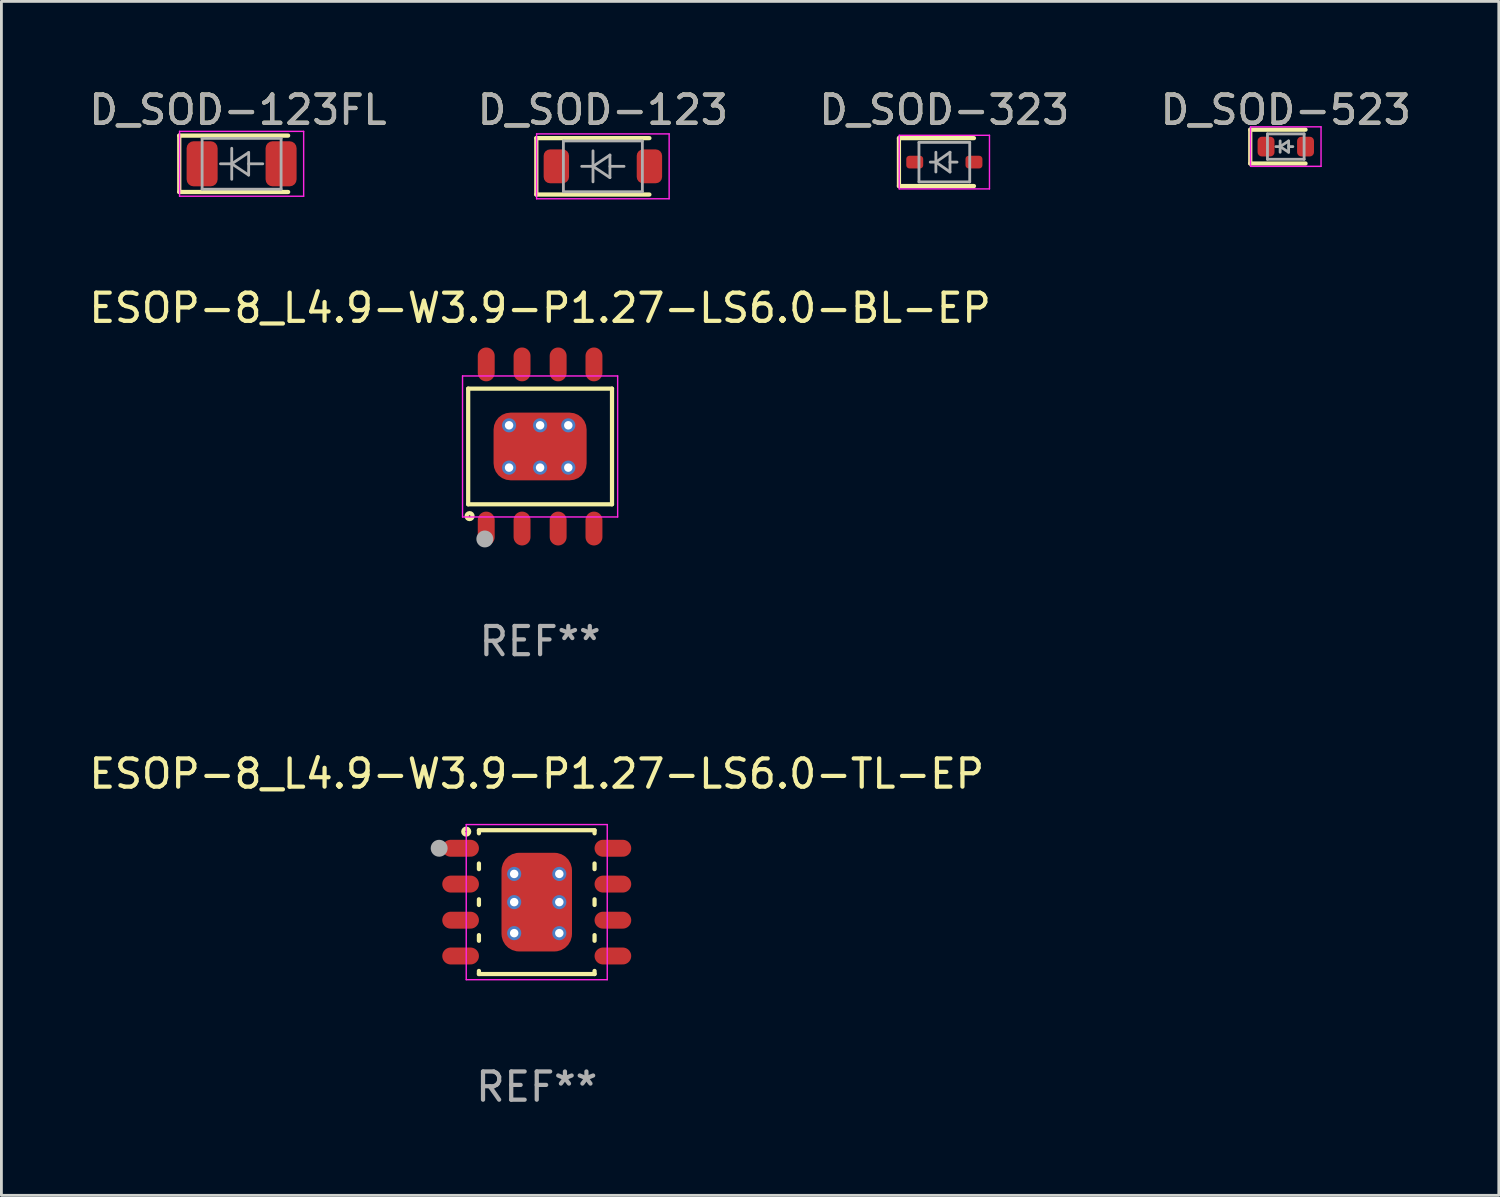
<source format=kicad_pcb>
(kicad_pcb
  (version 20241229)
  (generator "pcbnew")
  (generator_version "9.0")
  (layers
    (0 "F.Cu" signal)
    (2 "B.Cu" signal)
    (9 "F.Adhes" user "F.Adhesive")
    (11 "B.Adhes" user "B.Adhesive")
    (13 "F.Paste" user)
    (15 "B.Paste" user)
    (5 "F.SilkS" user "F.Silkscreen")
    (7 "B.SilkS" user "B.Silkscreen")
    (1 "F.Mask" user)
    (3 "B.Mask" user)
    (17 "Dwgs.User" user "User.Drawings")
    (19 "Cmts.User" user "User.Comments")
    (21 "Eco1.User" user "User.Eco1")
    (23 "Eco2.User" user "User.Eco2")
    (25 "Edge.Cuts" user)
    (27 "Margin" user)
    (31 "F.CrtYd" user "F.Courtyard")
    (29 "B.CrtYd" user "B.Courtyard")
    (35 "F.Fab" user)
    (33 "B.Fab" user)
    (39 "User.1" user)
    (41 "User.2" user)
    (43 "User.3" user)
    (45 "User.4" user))
  (footprint "ESOP-8_L4.9-W3.9-P1.27-LS6.0-TL-EP"
    (layer "F.Cu")
    (at 15.982 28.938)
    (property "Reference" "ESOP-8_L4.9-W3.9-P1.27-LS6.0-TL-EP" (at 0 -4.55 0) (layer "F.SilkS") (effects (font (size 1 1) (thickness 0.15))))
    (attr smd)
    (fp_line (start -2.05 -2.55) (end -2.05 -2.44) (stroke (width 0.15) (type solid)) (layer "F.SilkS"))
    (fp_line (start -2.05 -1.37) (end -2.05 -1.17) (stroke (width 0.15) (type solid)) (layer "F.SilkS"))
    (fp_line (start -2.05 -0.1) (end -2.05 0.1) (stroke (width 0.15) (type solid)) (layer "F.SilkS"))
    (fp_line (start -2.05 1.17) (end -2.05 1.37) (stroke (width 0.15) (type solid)) (layer "F.SilkS"))
    (fp_line (start -2.05 2.44) (end -2.05 2.55) (stroke (width 0.15) (type solid)) (layer "F.SilkS"))
    (fp_line (start 2.05 -2.55) (end -2.05 -2.55) (stroke (width 0.15) (type solid)) (layer "F.SilkS"))
    (fp_line (start 2.05 -2.55) (end 2.05 -2.44) (stroke (width 0.15) (type solid)) (layer "F.SilkS"))
    (fp_line (start 2.05 -1.37) (end 2.05 -1.17) (stroke (width 0.15) (type solid)) (layer "F.SilkS"))
    (fp_line (start 2.05 -0.1) (end 2.05 0.1) (stroke (width 0.15) (type solid)) (layer "F.SilkS"))
    (fp_line (start 2.05 1.17) (end 2.05 1.37) (stroke (width 0.15) (type solid)) (layer "F.SilkS"))
    (fp_line (start 2.05 2.44) (end 2.05 2.55) (stroke (width 0.15) (type solid)) (layer "F.SilkS"))
    (fp_line (start 2.05 2.55) (end -2.05 2.55) (stroke (width 0.15) (type solid)) (layer "F.SilkS"))
    (fp_circle (center -2.5 -2.5) (end -2.47 -2.5) (stroke (width 0.15) (type solid)) (fill no) (layer "F.SilkS"))
    (fp_line (start -2.5 -2.75) (end -2.5 2.75) (stroke (width 0.05) (type default)) (layer "F.CrtYd"))
    (fp_line (start -2.5 2.75) (end 2.5 2.75) (stroke (width 0.05) (type default)) (layer "F.CrtYd"))
    (fp_line (start 2.5 -2.75) (end -2.5 -2.75) (stroke (width 0.05) (type default)) (layer "F.CrtYd"))
    (fp_line (start 2.5 2.75) (end 2.5 -2.75) (stroke (width 0.05) (type default)) (layer "F.CrtYd"))
    (fp_circle (center -3.46 -1.91) (end -3.31 -1.91) (stroke (width 0.3) (type solid)) (fill no) (layer "F.Fab"))
    (fp_text user "REF**" (at 0 6.55 0) (layer "F.Fab") (effects (font (size 1 1) (thickness 0.15))))
    (pad "1" smd oval (at -2.7 -1.91) (size 1.3 0.6) (layers "F.Cu" "F.Mask" "F.Paste"))
    (pad "2" smd oval (at -2.7 -0.64) (size 1.3 0.6) (layers "F.Cu" "F.Mask" "F.Paste"))
    (pad "3" smd oval (at -2.7 0.64) (size 1.3 0.6) (layers "F.Cu" "F.Mask" "F.Paste"))
    (pad "4" smd oval (at -2.7 1.91) (size 1.3 0.6) (layers "F.Cu" "F.Mask" "F.Paste"))
    (pad "5" smd oval (at 2.7 1.91) (size 1.3 0.6) (layers "F.Cu" "F.Mask" "F.Paste"))
    (pad "6" smd oval (at 2.7 0.64) (size 1.3 0.6) (layers "F.Cu" "F.Mask" "F.Paste"))
    (pad "7" smd oval (at 2.7 -0.64) (size 1.3 0.6) (layers "F.Cu" "F.Mask" "F.Paste"))
    (pad "8" smd oval (at 2.7 -1.91) (size 1.3 0.6) (layers "F.Cu" "F.Mask" "F.Paste"))
    (pad "9" thru_hole circle (at -0.8 -1 90) (size 0.5 0.5) (drill 0.3) (layers "*.Cu"))
    (pad "9" thru_hole circle (at -0.8 0 90) (size 0.5 0.5) (drill 0.3) (layers "*.Cu"))
    (pad "9" thru_hole circle (at -0.8 1.1 90) (size 0.5 0.5) (drill 0.3) (layers "*.Cu"))
    (pad "9" smd roundrect (at 0 0) (size 2.5 3.5) (layers "F.Cu" "F.Mask" "F.Paste") (roundrect_rratio 0.25))
    (pad "9" thru_hole circle (at 0.8 -1 90) (size 0.5 0.5) (drill 0.3) (layers "*.Cu"))
    (pad "9" thru_hole circle (at 0.8 0 90) (size 0.5 0.5) (drill 0.3) (layers "*.Cu"))
    (pad "9" thru_hole circle (at 0.8 1.1 90) (size 0.5 0.5) (drill 0.3) (layers "*.Cu")))
  (footprint "D_SOD-123FL"
    (layer "F.Cu")
    (at 5.517 2.758)
    (property "Reference" "D_SOD-123FL" (at -0.13 -1.91 0) (layer "F.SilkS") (effects (font (size 1 1) (thickness 0.15))))
    (attr smd)
    (fp_line (start -2.21 -1) (end -2.21 1) (stroke (width 0.15) (type solid)) (layer "F.SilkS"))
    (fp_line (start -2.21 -1) (end 1.65 -1) (stroke (width 0.15) (type solid)) (layer "F.SilkS"))
    (fp_line (start -2.21 1) (end 1.65 1) (stroke (width 0.15) (type solid)) (layer "F.SilkS"))
    (fp_line (start -2.2 -1.15) (end -2.2 1.15) (stroke (width 0.05) (type solid)) (layer "F.CrtYd"))
    (fp_line (start -2.2 -1.15) (end 2.2 -1.15) (stroke (width 0.05) (type solid)) (layer "F.CrtYd"))
    (fp_line (start 2.2 -1.15) (end 2.2 1.15) (stroke (width 0.05) (type solid)) (layer "F.CrtYd"))
    (fp_line (start 2.2 1.15) (end -2.2 1.15) (stroke (width 0.05) (type solid)) (layer "F.CrtYd"))
    (fp_line (start -1.4 -0.9) (end 1.4 -0.9) (stroke (width 0.1) (type solid)) (layer "F.Fab"))
    (fp_line (start -1.4 0.9) (end -1.4 -0.9) (stroke (width 0.1) (type solid)) (layer "F.Fab"))
    (fp_line (start -0.75 0) (end -0.35 0) (stroke (width 0.1) (type solid)) (layer "F.Fab"))
    (fp_line (start -0.35 0) (end -0.35 -0.55) (stroke (width 0.1) (type solid)) (layer "F.Fab"))
    (fp_line (start -0.35 0) (end -0.35 0.55) (stroke (width 0.1) (type solid)) (layer "F.Fab"))
    (fp_line (start -0.35 0) (end 0.25 -0.4) (stroke (width 0.1) (type solid)) (layer "F.Fab"))
    (fp_line (start 0.25 -0.4) (end 0.25 0.4) (stroke (width 0.1) (type solid)) (layer "F.Fab"))
    (fp_line (start 0.25 0) (end 0.75 0) (stroke (width 0.1) (type solid)) (layer "F.Fab"))
    (fp_line (start 0.25 0.4) (end -0.35 0) (stroke (width 0.1) (type solid)) (layer "F.Fab"))
    (fp_line (start 1.4 -0.9) (end 1.4 0.9) (stroke (width 0.1) (type solid)) (layer "F.Fab"))
    (fp_line (start 1.4 0.9) (end -1.4 0.9) (stroke (width 0.1) (type solid)) (layer "F.Fab"))
    (fp_text user "${REFERENCE}" (at -0.13 -1.91 0) (layer "F.Fab") (effects (font (size 1 1) (thickness 0.15))))
    (pad "1" smd roundrect (at -1.4 0) (size 1.1 1.6) (layers "F.Cu" "F.Mask" "F.Paste") (roundrect_rratio 0.227))
    (pad "2" smd roundrect (at 1.4 0) (size 1.1 1.6) (layers "F.Cu" "F.Mask" "F.Paste") (roundrect_rratio 0.227)))
  (footprint "D_SOD-523"
    (layer "F.Cu")
    (at 42.542 2.148)
    (property "Reference" "D_SOD-523" (at 0 -1.3 0) (layer "F.SilkS") (effects (font (size 1 1) (thickness 0.15))))
    (attr smd)
    (fp_line (start -1.26 -0.6) (end -1.26 0.6) (stroke (width 0.15) (type solid)) (layer "F.SilkS"))
    (fp_line (start 0.7 -0.6) (end -1.26 -0.6) (stroke (width 0.15) (type solid)) (layer "F.SilkS"))
    (fp_line (start 0.7 0.6) (end -1.26 0.6) (stroke (width 0.15) (type solid)) (layer "F.SilkS"))
    (fp_line (start -1.25 -0.7) (end 1.25 -0.7) (stroke (width 0.05) (type solid)) (layer "F.CrtYd"))
    (fp_line (start -1.25 0.7) (end -1.25 -0.7) (stroke (width 0.05) (type solid)) (layer "F.CrtYd"))
    (fp_line (start 1.25 -0.7) (end 1.25 0.7) (stroke (width 0.05) (type solid)) (layer "F.CrtYd"))
    (fp_line (start 1.25 0.7) (end -1.25 0.7) (stroke (width 0.05) (type solid)) (layer "F.CrtYd"))
    (fp_line (start -0.65 -0.45) (end 0.65 -0.45) (stroke (width 0.1) (type solid)) (layer "F.Fab"))
    (fp_line (start -0.65 0.45) (end -0.65 -0.45) (stroke (width 0.1) (type solid)) (layer "F.Fab"))
    (fp_line (start -0.2 0) (end -0.35 0) (stroke (width 0.1) (type solid)) (layer "F.Fab"))
    (fp_line (start -0.2 0) (end 0.1 0.2) (stroke (width 0.1) (type solid)) (layer "F.Fab"))
    (fp_line (start -0.2 0.2) (end -0.2 -0.2) (stroke (width 0.1) (type solid)) (layer "F.Fab"))
    (fp_line (start 0.1 -0.2) (end -0.2 0) (stroke (width 0.1) (type solid)) (layer "F.Fab"))
    (fp_line (start 0.1 0) (end 0.25 0) (stroke (width 0.1) (type solid)) (layer "F.Fab"))
    (fp_line (start 0.1 0.2) (end 0.1 -0.2) (stroke (width 0.1) (type solid)) (layer "F.Fab"))
    (fp_line (start 0.65 -0.45) (end 0.65 0.45) (stroke (width 0.1) (type solid)) (layer "F.Fab"))
    (fp_line (start 0.65 0.45) (end -0.65 0.45) (stroke (width 0.1) (type solid)) (layer "F.Fab"))
    (fp_text user "${REFERENCE}" (at 0 -1.3 0) (layer "F.Fab") (effects (font (size 1 1) (thickness 0.15))))
    (pad "1" smd roundrect (at -0.7 0 180) (size 0.6 0.7) (layers "F.Cu" "F.Mask" "F.Paste") (roundrect_rratio 0.25))
    (pad "2" smd roundrect (at 0.7 0 180) (size 0.6 0.7) (layers "F.Cu" "F.Mask" "F.Paste") (roundrect_rratio 0.25)))
  (footprint "ESOP-8_L4.9-W3.9-P1.27-LS6.0-BL-EP"
    (layer "F.Cu")
    (at 16.101 12.781)
    (property "Reference" "ESOP-8_L4.9-W3.9-P1.27-LS6.0-BL-EP" (at 0 -4.91 0) (layer "F.SilkS") (effects (font (size 1 1) (thickness 0.15))))
    (attr smd)
    (fp_line (start -2.55 -2.05) (end -2.55 2.05) (stroke (width 0.15) (type solid)) (layer "F.SilkS"))
    (fp_line (start -2.55 -2.05) (end 2.55 -2.05) (stroke (width 0.15) (type solid)) (layer "F.SilkS"))
    (fp_line (start 2.55 -2.05) (end 2.55 2.05) (stroke (width 0.15) (type solid)) (layer "F.SilkS"))
    (fp_line (start 2.55 2.05) (end -2.55 2.05) (stroke (width 0.15) (type solid)) (layer "F.SilkS"))
    (fp_circle (center -2.5 2.47) (end -2.47 2.47) (stroke (width 0.15) (type solid)) (fill no) (layer "F.SilkS"))
    (fp_line (start -2.75 -2.5) (end 2.75 -2.5) (stroke (width 0.05) (type default)) (layer "F.CrtYd"))
    (fp_line (start -2.75 2.5) (end -2.75 -2.5) (stroke (width 0.05) (type default)) (layer "F.CrtYd"))
    (fp_line (start 2.75 -2.5) (end 2.75 2.5) (stroke (width 0.05) (type default)) (layer "F.CrtYd"))
    (fp_line (start 2.75 2.5) (end -2.75 2.5) (stroke (width 0.05) (type default)) (layer "F.CrtYd"))
    (fp_circle (center -1.96 3.28) (end -1.81 3.28) (stroke (width 0.3) (type solid)) (fill no) (layer "F.Fab"))
    (fp_text user "REF**" (at 0 6.91 0) (layer "F.Fab") (effects (font (size 1 1) (thickness 0.15))))
    (pad "1" smd oval (at -1.91 2.91) (size 0.6 1.2) (layers "F.Cu" "F.Mask" "F.Paste"))
    (pad "2" smd oval (at -0.64 2.91) (size 0.6 1.2) (layers "F.Cu" "F.Mask" "F.Paste"))
    (pad "3" smd oval (at 0.64 2.91) (size 0.6 1.2) (layers "F.Cu" "F.Mask" "F.Paste"))
    (pad "4" smd oval (at 1.91 2.91) (size 0.6 1.2) (layers "F.Cu" "F.Mask" "F.Paste"))
    (pad "5" smd oval (at 1.91 -2.91) (size 0.6 1.2) (layers "F.Cu" "F.Mask" "F.Paste"))
    (pad "6" smd oval (at 0.64 -2.91) (size 0.6 1.2) (layers "F.Cu" "F.Mask" "F.Paste"))
    (pad "7" smd oval (at -0.64 -2.91) (size 0.6 1.2) (layers "F.Cu" "F.Mask" "F.Paste"))
    (pad "8" smd oval (at -1.91 -2.91) (size 0.6 1.2) (layers "F.Cu" "F.Mask" "F.Paste"))
    (pad "9" thru_hole circle (at -1.1 -0.75) (size 0.5 0.5) (drill 0.3) (layers "*.Cu"))
    (pad "9" thru_hole circle (at -1.1 0.75) (size 0.5 0.5) (drill 0.3) (layers "*.Cu"))
    (pad "9" thru_hole circle (at 0 -0.75) (size 0.5 0.5) (drill 0.3) (layers "*.Cu"))
    (pad "9" smd roundrect (at 0 0 180) (size 3.3 2.4) (layers "F.Cu" "F.Mask" "F.Paste") (roundrect_rratio 0.25))
    (pad "9" thru_hole circle (at 0 0.75) (size 0.5 0.5) (drill 0.3) (layers "*.Cu"))
    (pad "9" thru_hole circle (at 1 -0.75) (size 0.5 0.5) (drill 0.3) (layers "*.Cu"))
    (pad "9" thru_hole circle (at 1 0.75) (size 0.5 0.5) (drill 0.3) (layers "*.Cu")))
  (footprint "D_SOD-323"
    (layer "F.Cu")
    (at 30.435 2.698)
    (property "Reference" "D_SOD-323" (at 0 -1.85 0) (layer "F.SilkS") (effects (font (size 1 1) (thickness 0.15))))
    (attr smd)
    (fp_line (start -1.61 -0.85) (end -1.61 0.85) (stroke (width 0.15) (type solid)) (layer "F.SilkS"))
    (fp_line (start -1.61 -0.85) (end 1.05 -0.85) (stroke (width 0.15) (type solid)) (layer "F.SilkS"))
    (fp_line (start -1.61 0.85) (end 1.05 0.85) (stroke (width 0.15) (type solid)) (layer "F.SilkS"))
    (fp_line (start -1.6 -0.95) (end -1.6 0.95) (stroke (width 0.05) (type solid)) (layer "F.CrtYd"))
    (fp_line (start -1.6 -0.95) (end 1.6 -0.95) (stroke (width 0.05) (type solid)) (layer "F.CrtYd"))
    (fp_line (start -1.6 0.95) (end 1.6 0.95) (stroke (width 0.05) (type solid)) (layer "F.CrtYd"))
    (fp_line (start 1.6 -0.95) (end 1.6 0.95) (stroke (width 0.05) (type solid)) (layer "F.CrtYd"))
    (fp_line (start -0.9 -0.7) (end 0.9 -0.7) (stroke (width 0.1) (type solid)) (layer "F.Fab"))
    (fp_line (start -0.9 0.7) (end -0.9 -0.7) (stroke (width 0.1) (type solid)) (layer "F.Fab"))
    (fp_line (start -0.3 -0.35) (end -0.3 0.35) (stroke (width 0.1) (type solid)) (layer "F.Fab"))
    (fp_line (start -0.3 0) (end -0.5 0) (stroke (width 0.1) (type solid)) (layer "F.Fab"))
    (fp_line (start -0.3 0) (end 0.2 -0.35) (stroke (width 0.1) (type solid)) (layer "F.Fab"))
    (fp_line (start 0.2 -0.35) (end 0.2 0.35) (stroke (width 0.1) (type solid)) (layer "F.Fab"))
    (fp_line (start 0.2 0) (end 0.45 0) (stroke (width 0.1) (type solid)) (layer "F.Fab"))
    (fp_line (start 0.2 0.35) (end -0.3 0) (stroke (width 0.1) (type solid)) (layer "F.Fab"))
    (fp_line (start 0.9 -0.7) (end 0.9 0.7) (stroke (width 0.1) (type solid)) (layer "F.Fab"))
    (fp_line (start 0.9 0.7) (end -0.9 0.7) (stroke (width 0.1) (type solid)) (layer "F.Fab"))
    (fp_text user "${REFERENCE}" (at 0 -1.85 0) (layer "F.Fab") (effects (font (size 1 1) (thickness 0.15))))
    (pad "1" smd roundrect (at -1.05 0) (size 0.6 0.45) (layers "F.Cu" "F.Mask" "F.Paste") (roundrect_rratio 0.25))
    (pad "2" smd roundrect (at 1.05 0) (size 0.6 0.45) (layers "F.Cu" "F.Mask" "F.Paste") (roundrect_rratio 0.25)))
  (footprint "D_SOD-123"
    (layer "F.Cu")
    (at 18.327 2.848)
    (property "Reference" "D_SOD-123" (at 0 -2 0) (layer "F.SilkS") (effects (font (size 1 1) (thickness 0.15))))
    (attr smd)
    (fp_line (start -2.36 -1) (end -2.36 1) (stroke (width 0.15) (type solid)) (layer "F.SilkS"))
    (fp_line (start -2.36 -1) (end 1.65 -1) (stroke (width 0.15) (type solid)) (layer "F.SilkS"))
    (fp_line (start -2.36 1) (end 1.65 1) (stroke (width 0.15) (type solid)) (layer "F.SilkS"))
    (fp_line (start -2.35 -1.15) (end -2.35 1.15) (stroke (width 0.05) (type solid)) (layer "F.CrtYd"))
    (fp_line (start -2.35 -1.15) (end 2.35 -1.15) (stroke (width 0.05) (type solid)) (layer "F.CrtYd"))
    (fp_line (start 2.35 -1.15) (end 2.35 1.15) (stroke (width 0.05) (type solid)) (layer "F.CrtYd"))
    (fp_line (start 2.35 1.15) (end -2.35 1.15) (stroke (width 0.05) (type solid)) (layer "F.CrtYd"))
    (fp_line (start -1.4 -0.9) (end 1.4 -0.9) (stroke (width 0.1) (type solid)) (layer "F.Fab"))
    (fp_line (start -1.4 0.9) (end -1.4 -0.9) (stroke (width 0.1) (type solid)) (layer "F.Fab"))
    (fp_line (start -0.75 0) (end -0.35 0) (stroke (width 0.1) (type solid)) (layer "F.Fab"))
    (fp_line (start -0.35 0) (end -0.35 -0.55) (stroke (width 0.1) (type solid)) (layer "F.Fab"))
    (fp_line (start -0.35 0) (end -0.35 0.55) (stroke (width 0.1) (type solid)) (layer "F.Fab"))
    (fp_line (start -0.35 0) (end 0.25 -0.4) (stroke (width 0.1) (type solid)) (layer "F.Fab"))
    (fp_line (start 0.25 -0.4) (end 0.25 0.4) (stroke (width 0.1) (type solid)) (layer "F.Fab"))
    (fp_line (start 0.25 0) (end 0.75 0) (stroke (width 0.1) (type solid)) (layer "F.Fab"))
    (fp_line (start 0.25 0.4) (end -0.35 0) (stroke (width 0.1) (type solid)) (layer "F.Fab"))
    (fp_line (start 1.4 -0.9) (end 1.4 0.9) (stroke (width 0.1) (type solid)) (layer "F.Fab"))
    (fp_line (start 1.4 0.9) (end -1.4 0.9) (stroke (width 0.1) (type solid)) (layer "F.Fab"))
    (fp_text user "${REFERENCE}" (at 0 -2 0) (layer "F.Fab") (effects (font (size 1 1) (thickness 0.15))))
    (pad "1" smd roundrect (at -1.65 0) (size 0.9 1.2) (layers "F.Cu" "F.Mask" "F.Paste") (roundrect_rratio 0.25))
    (pad "2" smd roundrect (at 1.65 0) (size 0.9 1.2) (layers "F.Cu" "F.Mask" "F.Paste") (roundrect_rratio 0.25)))
  (gr_rect
    (start -3 -3)
    (end 50.095 39.336)
    (stroke (width 0.1) (type default))
    (fill no)
    (layer "Edge.Cuts")))
</source>
